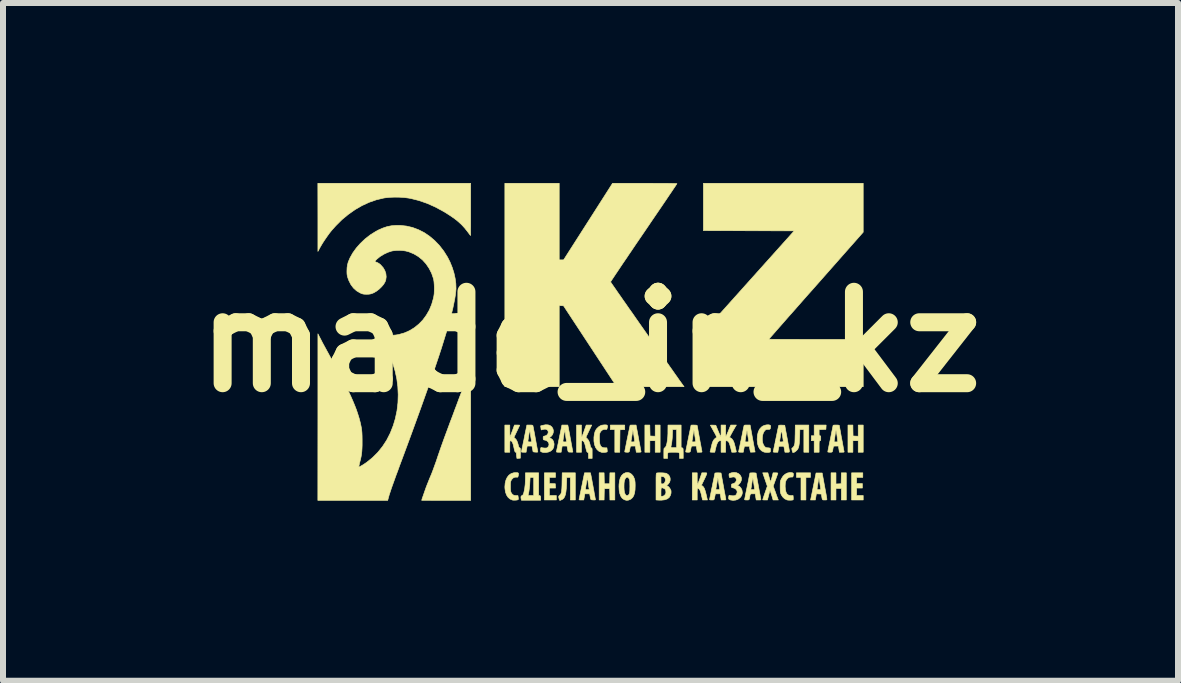
<source format=kicad_pcb>
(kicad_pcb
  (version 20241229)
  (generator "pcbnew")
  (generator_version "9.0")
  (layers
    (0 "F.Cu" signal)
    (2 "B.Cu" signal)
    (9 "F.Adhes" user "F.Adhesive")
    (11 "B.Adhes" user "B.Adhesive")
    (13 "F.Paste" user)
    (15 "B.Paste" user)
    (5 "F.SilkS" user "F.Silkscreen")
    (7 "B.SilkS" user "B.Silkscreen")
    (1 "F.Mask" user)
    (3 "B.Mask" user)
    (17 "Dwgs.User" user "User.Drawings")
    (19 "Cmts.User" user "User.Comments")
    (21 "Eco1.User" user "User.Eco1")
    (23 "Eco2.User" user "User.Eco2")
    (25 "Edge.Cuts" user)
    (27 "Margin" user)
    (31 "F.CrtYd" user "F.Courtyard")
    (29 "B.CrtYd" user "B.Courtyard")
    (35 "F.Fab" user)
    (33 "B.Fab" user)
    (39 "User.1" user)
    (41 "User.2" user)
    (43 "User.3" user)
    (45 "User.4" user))
  (footprint "made_in_kz"
    (layer "F.Cu")
    (at 6.793 2.648)
    (property "Reference" "made_in_kz" (at 0 0 0) (layer "F.SilkS") (effects (font (size 1.524 1.524) (thickness 0.3))))
    (attr through_hole)
    (fp_poly (pts (xy 3.666 2.259) (xy 3.59 2.259) (xy 3.59 2.636) (xy 3.508 2.636) (xy 3.508 2.259) (xy 3.432 2.259) (xy 3.432 2.183) (xy 3.666 2.183) (xy 3.666 2.259)) (stroke (width 0.01) (type solid)) (fill yes) (layer "F.SilkS"))
    (fp_poly (pts (xy 0.57 1.462) (xy 0.53 1.464) (xy 0.491 1.466) (xy 0.489 1.653) (xy 0.487 1.84) (xy 0.405 1.84) (xy 0.405 1.462) (xy 0.33 1.462) (xy 0.33 1.387) (xy 0.57 1.387) (xy 0.57 1.462)) (stroke (width 0.01) (type solid)) (fill yes) (layer "F.SilkS"))
    (fp_poly (pts (xy 4.538 2.259) (xy 4.435 2.259) (xy 4.435 2.362) (xy 4.531 2.362) (xy 4.531 2.437) (xy 4.435 2.437) (xy 4.435 2.561) (xy 4.545 2.561) (xy 4.545 2.636) (xy 4.352 2.636) (xy 4.352 2.183) (xy 4.538 2.183) (xy 4.538 2.259)) (stroke (width 0.01) (type solid)) (fill yes) (layer "F.SilkS"))
    (fp_poly (pts (xy -0.584 2.259) (xy -0.686 2.259) (xy -0.686 2.361) (xy -0.637 2.363) (xy -0.587 2.365) (xy -0.583 2.437) (xy -0.686 2.437) (xy -0.686 2.561) (xy -0.57 2.561) (xy -0.57 2.636) (xy -0.769 2.636) (xy -0.769 2.183) (xy -0.584 2.183) (xy -0.584 2.259)) (stroke (width 0.01) (type solid)) (fill yes) (layer "F.SilkS"))
    (fp_poly (pts (xy 0.228 2.274) (xy 0.23 2.365) (xy 0.319 2.365) (xy 0.321 2.274) (xy 0.323 2.183) (xy 0.405 2.183) (xy 0.405 2.636) (xy 0.323 2.636) (xy 0.319 2.447) (xy 0.23 2.447) (xy 0.226 2.636) (xy 0.144 2.636) (xy 0.144 2.183) (xy 0.226 2.183) (xy 0.228 2.274)) (stroke (width 0.01) (type solid)) (fill yes) (layer "F.SilkS"))
    (fp_poly (pts (xy 0.99 1.478) (xy 0.992 1.569) (xy 1.035 1.571) (xy 1.078 1.573) (xy 1.078 1.387) (xy 1.16 1.387) (xy 1.16 1.84) (xy 1.078 1.84) (xy 1.078 1.648) (xy 0.989 1.648) (xy 0.989 1.84) (xy 0.906 1.84) (xy 0.906 1.387) (xy 0.988 1.387) (xy 0.99 1.478)) (stroke (width 0.01) (type solid)) (fill yes) (layer "F.SilkS"))
    (fp_poly (pts (xy 4.091 2.369) (xy 4.134 2.367) (xy 4.177 2.365) (xy 4.179 2.274) (xy 4.181 2.183) (xy 4.263 2.183) (xy 4.263 2.636) (xy 4.181 2.636) (xy 4.181 2.444) (xy 4.091 2.444) (xy 4.091 2.636) (xy 4.009 2.636) (xy 4.009 2.183) (xy 4.091 2.183) (xy 4.091 2.369)) (stroke (width 0.01) (type solid)) (fill yes) (layer "F.SilkS"))
    (fp_poly (pts (xy 4.374 1.478) (xy 4.376 1.569) (xy 4.419 1.571) (xy 4.462 1.573) (xy 4.462 1.387) (xy 4.545 1.387) (xy 4.545 1.84) (xy 4.462 1.84) (xy 4.462 1.648) (xy 4.373 1.648) (xy 4.373 1.84) (xy 4.291 1.84) (xy 4.291 1.387) (xy 4.373 1.387) (xy 4.374 1.478)) (stroke (width 0.01) (type solid)) (fill yes) (layer "F.SilkS"))
    (fp_poly (pts (xy -0.254 2.636) (xy -0.336 2.636) (xy -0.336 2.259) (xy -0.396 2.259) (xy -0.4 2.377) (xy -0.404 2.444) (xy -0.41 2.5) (xy -0.418 2.544) (xy -0.43 2.578) (xy -0.445 2.604) (xy -0.464 2.622) (xy -0.485 2.633) (xy -0.503 2.641) (xy -0.512 2.642) (xy -0.517 2.639) (xy -0.518 2.634) (xy -0.527 2.605) (xy -0.531 2.586) (xy -0.529 2.573) (xy -0.522 2.563) (xy -0.517 2.558) (xy -0.506 2.548) (xy -0.497 2.537) (xy -0.49 2.522) (xy -0.484 2.502) (xy -0.481 2.475) (xy -0.478 2.441) (xy -0.476 2.395) (xy -0.475 2.339) (xy -0.472 2.183) (xy -0.254 2.183) (xy -0.254 2.636)) (stroke (width 0.01) (type solid)) (fill yes) (layer "F.SilkS"))
    (fp_poly (pts (xy 3.925 1.423) (xy 3.923 1.459) (xy 3.81 1.463) (xy 3.81 1.514) (xy 3.81 1.54) (xy 3.812 1.556) (xy 3.815 1.563) (xy 3.821 1.565) (xy 3.824 1.565) (xy 3.831 1.567) (xy 3.836 1.573) (xy 3.837 1.588) (xy 3.837 1.606) (xy 3.837 1.629) (xy 3.835 1.642) (xy 3.83 1.647) (xy 3.824 1.648) (xy 3.818 1.648) (xy 3.815 1.652) (xy 3.812 1.66) (xy 3.811 1.676) (xy 3.81 1.701) (xy 3.81 1.737) (xy 3.81 1.744) (xy 3.81 1.84) (xy 3.728 1.84) (xy 3.728 1.648) (xy 3.68 1.648) (xy 3.68 1.565) (xy 3.728 1.565) (xy 3.728 1.387) (xy 3.927 1.387) (xy 3.925 1.423)) (stroke (width 0.01) (type solid)) (fill yes) (layer "F.SilkS"))
    (fp_poly (pts (xy -0.865 2.559) (xy -0.848 2.563) (xy -0.838 2.567) (xy -0.833 2.575) (xy -0.831 2.59) (xy -0.831 2.604) (xy -0.831 2.64) (xy -1.152 2.64) (xy -1.156 2.62) (xy -1.16 2.593) (xy -1.158 2.575) (xy -1.15 2.566) (xy -1.143 2.563) (xy -1.137 2.561) (xy -1.041 2.561) (xy -0.947 2.561) (xy -0.947 2.259) (xy -1.007 2.259) (xy -1.012 2.349) (xy -1.014 2.391) (xy -1.019 2.433) (xy -1.024 2.473) (xy -1.028 2.501) (xy -1.041 2.561) (xy -1.137 2.561) (xy -1.133 2.559) (xy -1.125 2.548) (xy -1.117 2.53) (xy -1.112 2.514) (xy -1.098 2.45) (xy -1.089 2.374) (xy -1.085 2.287) (xy -1.085 2.267) (xy -1.085 2.183) (xy -0.865 2.183) (xy -0.865 2.559)) (stroke (width 0.01) (type solid)) (fill yes) (layer "F.SilkS"))
    (fp_poly (pts (xy 3.638 1.84) (xy 3.556 1.84) (xy 3.556 1.462) (xy 3.489 1.462) (xy 3.486 1.581) (xy 3.483 1.64) (xy 3.48 1.687) (xy 3.475 1.724) (xy 3.469 1.753) (xy 3.46 1.776) (xy 3.451 1.793) (xy 3.434 1.812) (xy 3.415 1.828) (xy 3.396 1.84) (xy 3.38 1.845) (xy 3.369 1.842) (xy 3.367 1.839) (xy 3.364 1.826) (xy 3.359 1.807) (xy 3.358 1.801) (xy 3.355 1.782) (xy 3.356 1.773) (xy 3.363 1.768) (xy 3.365 1.767) (xy 3.376 1.759) (xy 3.388 1.742) (xy 3.394 1.731) (xy 3.398 1.719) (xy 3.402 1.707) (xy 3.405 1.692) (xy 3.407 1.672) (xy 3.408 1.645) (xy 3.409 1.61) (xy 3.41 1.563) (xy 3.411 1.543) (xy 3.413 1.387) (xy 3.638 1.387) (xy 3.638 1.84)) (stroke (width 0.01) (type solid)) (fill yes) (layer "F.SilkS"))
    (fp_poly (pts (xy 4.545 -1.828) (xy 3.759 -0.938) (xy 3.675 -0.843) (xy 3.593 -0.751) (xy 3.515 -0.662) (xy 3.44 -0.577) (xy 3.369 -0.496) (xy 3.302 -0.421) (xy 3.24 -0.35) (xy 3.184 -0.286) (xy 3.133 -0.228) (xy 3.088 -0.177) (xy 3.05 -0.133) (xy 3.019 -0.098) (xy 2.995 -0.071) (xy 2.98 -0.053) (xy 2.973 -0.045) (xy 2.972 -0.044) (xy 2.979 -0.044) (xy 2.999 -0.044) (xy 3.03 -0.043) (xy 3.073 -0.043) (xy 3.126 -0.043) (xy 3.189 -0.042) (xy 3.26 -0.042) (xy 3.339 -0.042) (xy 3.424 -0.042) (xy 3.516 -0.041) (xy 3.613 -0.041) (xy 3.714 -0.041) (xy 3.759 -0.041) (xy 4.545 -0.041) (xy 4.545 0.748) (xy 1.778 0.748) (xy 1.778 -0.046) (xy 3.395 -1.85) (xy 2.638 -1.852) (xy 1.881 -1.854) (xy 1.881 -2.643) (xy 4.545 -2.643) (xy 4.545 -1.828)) (stroke (width 0.01) (type solid)) (fill yes) (layer "F.SilkS"))
    (fp_poly (pts (xy 0.256 1.384) (xy 0.273 1.387) (xy 0.281 1.395) (xy 0.283 1.409) (xy 0.28 1.427) (xy 0.275 1.448) (xy 0.271 1.458) (xy 0.263 1.46) (xy 0.25 1.458) (xy 0.221 1.459) (xy 0.193 1.472) (xy 0.169 1.495) (xy 0.163 1.506) (xy 0.156 1.52) (xy 0.152 1.536) (xy 0.149 1.555) (xy 0.148 1.582) (xy 0.148 1.613) (xy 0.15 1.665) (xy 0.156 1.705) (xy 0.168 1.734) (xy 0.186 1.753) (xy 0.21 1.764) (xy 0.24 1.766) (xy 0.273 1.766) (xy 0.277 1.797) (xy 0.279 1.817) (xy 0.278 1.831) (xy 0.276 1.834) (xy 0.265 1.838) (xy 0.245 1.841) (xy 0.221 1.843) (xy 0.198 1.843) (xy 0.181 1.84) (xy 0.141 1.824) (xy 0.109 1.796) (xy 0.083 1.758) (xy 0.066 1.711) (xy 0.057 1.655) (xy 0.057 1.593) (xy 0.057 1.59) (xy 0.064 1.538) (xy 0.075 1.496) (xy 0.093 1.461) (xy 0.108 1.442) (xy 0.143 1.41) (xy 0.182 1.39) (xy 0.227 1.384) (xy 0.256 1.384)) (stroke (width 0.01) (type solid)) (fill yes) (layer "F.SilkS"))
    (fp_poly (pts (xy 1.929 2.183) (xy 1.936 2.186) (xy 1.938 2.193) (xy 1.935 2.206) (xy 1.927 2.226) (xy 1.914 2.255) (xy 1.895 2.295) (xy 1.892 2.301) (xy 1.848 2.392) (xy 1.867 2.403) (xy 1.882 2.418) (xy 1.896 2.441) (xy 1.909 2.476) (xy 1.922 2.522) (xy 1.931 2.559) (xy 1.948 2.636) (xy 1.868 2.636) (xy 1.861 2.61) (xy 1.857 2.591) (xy 1.85 2.563) (xy 1.844 2.534) (xy 1.843 2.532) (xy 1.832 2.492) (xy 1.819 2.464) (xy 1.803 2.447) (xy 1.791 2.444) (xy 1.786 2.445) (xy 1.782 2.449) (xy 1.78 2.458) (xy 1.779 2.474) (xy 1.778 2.499) (xy 1.778 2.537) (xy 1.778 2.636) (xy 1.696 2.636) (xy 1.696 2.183) (xy 1.778 2.183) (xy 1.778 2.283) (xy 1.778 2.318) (xy 1.779 2.347) (xy 1.781 2.368) (xy 1.783 2.379) (xy 1.783 2.38) (xy 1.788 2.372) (xy 1.795 2.354) (xy 1.805 2.328) (xy 1.817 2.296) (xy 1.823 2.28) (xy 1.856 2.183) (xy 1.9 2.183) (xy 1.917 2.183) (xy 1.929 2.183)) (stroke (width 0.01) (type solid)) (fill yes) (layer "F.SilkS"))
    (fp_poly (pts (xy 2.972 1.383) (xy 2.983 1.386) (xy 2.997 1.392) (xy 3.002 1.403) (xy 3.002 1.411) (xy 2.999 1.437) (xy 2.994 1.451) (xy 2.984 1.458) (xy 2.967 1.459) (xy 2.958 1.459) (xy 2.936 1.46) (xy 2.922 1.464) (xy 2.909 1.476) (xy 2.9 1.485) (xy 2.881 1.516) (xy 2.869 1.555) (xy 2.863 1.598) (xy 2.863 1.642) (xy 2.87 1.683) (xy 2.884 1.72) (xy 2.904 1.747) (xy 2.92 1.76) (xy 2.938 1.765) (xy 2.957 1.766) (xy 2.977 1.768) (xy 2.991 1.772) (xy 2.995 1.774) (xy 2.998 1.786) (xy 3 1.804) (xy 2.999 1.821) (xy 2.996 1.834) (xy 2.994 1.836) (xy 2.978 1.841) (xy 2.954 1.843) (xy 2.926 1.842) (xy 2.9 1.839) (xy 2.889 1.836) (xy 2.852 1.817) (xy 2.822 1.787) (xy 2.799 1.747) (xy 2.784 1.697) (xy 2.778 1.638) (xy 2.778 1.62) (xy 2.782 1.555) (xy 2.796 1.5) (xy 2.818 1.455) (xy 2.849 1.42) (xy 2.873 1.403) (xy 2.905 1.39) (xy 2.94 1.383) (xy 2.972 1.383)) (stroke (width 0.01) (type solid)) (fill yes) (layer "F.SilkS"))
    (fp_poly (pts (xy 2.976 2.253) (xy 2.984 2.283) (xy 2.992 2.307) (xy 2.998 2.324) (xy 3 2.329) (xy 3.004 2.325) (xy 3.009 2.311) (xy 3.016 2.287) (xy 3.024 2.259) (xy 3.043 2.183) (xy 3.084 2.183) (xy 3.108 2.184) (xy 3.12 2.187) (xy 3.122 2.192) (xy 3.119 2.201) (xy 3.112 2.22) (xy 3.102 2.248) (xy 3.09 2.282) (xy 3.082 2.303) (xy 3.045 2.405) (xy 3.07 2.474) (xy 3.083 2.509) (xy 3.096 2.546) (xy 3.107 2.577) (xy 3.112 2.59) (xy 3.13 2.636) (xy 3.043 2.636) (xy 3.02 2.557) (xy 3.01 2.527) (xy 3.002 2.502) (xy 2.996 2.485) (xy 2.993 2.478) (xy 2.993 2.478) (xy 2.99 2.484) (xy 2.984 2.501) (xy 2.977 2.527) (xy 2.969 2.557) (xy 2.949 2.636) (xy 2.909 2.636) (xy 2.888 2.635) (xy 2.874 2.634) (xy 2.87 2.632) (xy 2.872 2.624) (xy 2.878 2.606) (xy 2.887 2.579) (xy 2.898 2.545) (xy 2.908 2.517) (xy 2.947 2.406) (xy 2.87 2.183) (xy 2.956 2.183) (xy 2.976 2.253)) (stroke (width 0.01) (type solid)) (fill yes) (layer "F.SilkS"))
    (fp_poly (pts (xy -1.227 2.18) (xy -1.21 2.183) (xy -1.201 2.191) (xy -1.2 2.205) (xy -1.203 2.224) (xy -1.208 2.244) (xy -1.212 2.254) (xy -1.22 2.256) (xy -1.233 2.255) (xy -1.262 2.256) (xy -1.29 2.269) (xy -1.313 2.293) (xy -1.319 2.302) (xy -1.326 2.316) (xy -1.331 2.33) (xy -1.334 2.347) (xy -1.335 2.371) (xy -1.335 2.405) (xy -1.335 2.41) (xy -1.335 2.447) (xy -1.333 2.475) (xy -1.33 2.495) (xy -1.324 2.51) (xy -1.323 2.514) (xy -1.303 2.542) (xy -1.277 2.558) (xy -1.243 2.563) (xy -1.241 2.563) (xy -1.21 2.562) (xy -1.205 2.593) (xy -1.203 2.613) (xy -1.205 2.627) (xy -1.206 2.63) (xy -1.217 2.634) (xy -1.238 2.638) (xy -1.262 2.639) (xy -1.286 2.639) (xy -1.302 2.637) (xy -1.341 2.62) (xy -1.374 2.592) (xy -1.399 2.554) (xy -1.417 2.506) (xy -1.426 2.45) (xy -1.428 2.418) (xy -1.423 2.357) (xy -1.41 2.304) (xy -1.389 2.259) (xy -1.361 2.223) (xy -1.325 2.197) (xy -1.284 2.183) (xy -1.256 2.18) (xy -1.227 2.18)) (stroke (width 0.01) (type solid)) (fill yes) (layer "F.SilkS"))
    (fp_poly (pts (xy -1.998 -2.206) (xy -1.998 -2.13) (xy -1.998 -2.058) (xy -1.998 -1.992) (xy -1.998 -1.932) (xy -1.999 -1.88) (xy -1.999 -1.837) (xy -1.999 -1.804) (xy -2 -1.782) (xy -2 -1.772) (xy -2 -1.772) (xy -2.005 -1.778) (xy -2.017 -1.793) (xy -2.033 -1.815) (xy -2.053 -1.841) (xy -2.054 -1.843) (xy -2.101 -1.901) (xy -2.152 -1.956) (xy -2.208 -2.007) (xy -2.271 -2.057) (xy -2.344 -2.107) (xy -2.427 -2.16) (xy -2.453 -2.175) (xy -2.588 -2.248) (xy -2.723 -2.308) (xy -2.858 -2.355) (xy -2.992 -2.389) (xy -3.031 -2.396) (xy -3.104 -2.406) (xy -3.184 -2.411) (xy -3.267 -2.412) (xy -3.347 -2.409) (xy -3.421 -2.401) (xy -3.447 -2.397) (xy -3.569 -2.368) (xy -3.69 -2.326) (xy -3.809 -2.271) (xy -3.925 -2.204) (xy -4.037 -2.125) (xy -4.145 -2.036) (xy -4.246 -1.935) (xy -4.313 -1.86) (xy -4.35 -1.814) (xy -4.389 -1.76) (xy -4.429 -1.702) (xy -4.467 -1.644) (xy -4.499 -1.59) (xy -4.513 -1.565) (xy -4.544 -1.507) (xy -4.544 -2.075) (xy -4.545 -2.643) (xy -1.998 -2.643) (xy -1.998 -2.206)) (stroke (width 0.01) (type solid)) (fill yes) (layer "F.SilkS"))
    (fp_poly (pts (xy -1.998 2.643) (xy -2.406 2.643) (xy -2.48 2.643) (xy -2.549 2.643) (xy -2.613 2.643) (xy -2.67 2.642) (xy -2.719 2.642) (xy -2.76 2.642) (xy -2.79 2.642) (xy -2.808 2.641) (xy -2.815 2.641) (xy -2.812 2.633) (xy -2.807 2.615) (xy -2.798 2.589) (xy -2.787 2.558) (xy -2.775 2.523) (xy -2.763 2.488) (xy -2.751 2.455) (xy -2.741 2.426) (xy -2.737 2.416) (xy -2.726 2.387) (xy -2.711 2.35) (xy -2.694 2.307) (xy -2.676 2.263) (xy -2.665 2.237) (xy -2.649 2.199) (xy -2.63 2.15) (xy -2.61 2.095) (xy -2.589 2.037) (xy -2.568 1.979) (xy -2.555 1.939) (xy -2.537 1.885) (xy -2.518 1.831) (xy -2.499 1.775) (xy -2.478 1.716) (xy -2.455 1.652) (xy -2.43 1.583) (xy -2.402 1.508) (xy -2.371 1.424) (xy -2.337 1.332) (xy -2.298 1.23) (xy -2.256 1.116) (xy -2.242 1.08) (xy -2.216 1.01) (xy -2.189 0.937) (xy -2.161 0.864) (xy -2.135 0.793) (xy -2.11 0.726) (xy -2.088 0.666) (xy -2.07 0.615) (xy -2.063 0.596) (xy -1.998 0.415) (xy -1.998 2.643)) (stroke (width 0.01) (type solid)) (fill yes) (layer "F.SilkS"))
    (fp_poly (pts (xy 3.349 2.18) (xy 3.37 2.184) (xy 3.38 2.193) (xy 3.382 2.208) (xy 3.379 2.228) (xy 3.375 2.245) (xy 3.368 2.253) (xy 3.354 2.254) (xy 3.346 2.253) (xy 3.313 2.257) (xy 3.286 2.274) (xy 3.264 2.302) (xy 3.259 2.312) (xy 3.251 2.332) (xy 3.247 2.354) (xy 3.245 2.382) (xy 3.244 2.41) (xy 3.248 2.463) (xy 3.258 2.505) (xy 3.274 2.535) (xy 3.298 2.554) (xy 3.329 2.562) (xy 3.344 2.563) (xy 3.376 2.561) (xy 3.379 2.596) (xy 3.379 2.616) (xy 3.378 2.63) (xy 3.377 2.633) (xy 3.363 2.637) (xy 3.341 2.639) (xy 3.315 2.639) (xy 3.291 2.638) (xy 3.273 2.634) (xy 3.234 2.615) (xy 3.202 2.584) (xy 3.179 2.548) (xy 3.172 2.531) (xy 3.167 2.516) (xy 3.164 2.499) (xy 3.162 2.477) (xy 3.161 2.447) (xy 3.161 2.416) (xy 3.161 2.379) (xy 3.162 2.351) (xy 3.164 2.332) (xy 3.167 2.315) (xy 3.173 2.3) (xy 3.182 2.282) (xy 3.184 2.278) (xy 3.21 2.237) (xy 3.244 2.206) (xy 3.282 2.186) (xy 3.324 2.178) (xy 3.349 2.18)) (stroke (width 0.01) (type solid)) (fill yes) (layer "F.SilkS"))
    (fp_poly (pts (xy 3.9 2.399) (xy 3.91 2.452) (xy 3.919 2.501) (xy 3.927 2.544) (xy 3.933 2.579) (xy 3.937 2.606) (xy 3.94 2.621) (xy 3.94 2.624) (xy 3.938 2.631) (xy 3.929 2.635) (xy 3.911 2.636) (xy 3.903 2.636) (xy 3.884 2.636) (xy 3.873 2.634) (xy 3.865 2.628) (xy 3.86 2.614) (xy 3.856 2.592) (xy 3.853 2.571) (xy 3.847 2.537) (xy 3.806 2.535) (xy 3.764 2.533) (xy 3.756 2.584) (xy 3.747 2.636) (xy 3.668 2.636) (xy 3.704 2.459) (xy 3.776 2.459) (xy 3.782 2.462) (xy 3.797 2.464) (xy 3.807 2.464) (xy 3.825 2.464) (xy 3.836 2.462) (xy 3.837 2.461) (xy 3.836 2.452) (xy 3.834 2.433) (xy 3.83 2.406) (xy 3.825 2.376) (xy 3.821 2.345) (xy 3.816 2.315) (xy 3.812 2.29) (xy 3.809 2.273) (xy 3.808 2.268) (xy 3.806 2.273) (xy 3.803 2.289) (xy 3.798 2.314) (xy 3.793 2.343) (xy 3.788 2.374) (xy 3.783 2.404) (xy 3.779 2.43) (xy 3.777 2.449) (xy 3.776 2.459) (xy 3.704 2.459) (xy 3.714 2.411) (xy 3.759 2.186) (xy 3.861 2.186) (xy 3.9 2.399)) (stroke (width 0.01) (type solid)) (fill yes) (layer "F.SilkS"))
    (fp_poly (pts (xy -0.151 1.487) (xy -0.151 1.522) (xy -0.15 1.551) (xy -0.148 1.572) (xy -0.146 1.582) (xy -0.145 1.583) (xy -0.141 1.575) (xy -0.133 1.557) (xy -0.123 1.531) (xy -0.111 1.499) (xy -0.106 1.483) (xy -0.072 1.387) (xy 0.02 1.387) (xy -0.077 1.591) (xy -0.053 1.616) (xy -0.034 1.64) (xy -0.019 1.673) (xy -0.007 1.715) (xy -0.003 1.738) (xy 0.004 1.759) (xy 0.014 1.768) (xy 0.02 1.771) (xy 0.024 1.777) (xy 0.026 1.788) (xy 0.027 1.808) (xy 0.027 1.837) (xy 0.027 1.857) (xy 0.027 1.943) (xy -0.034 1.943) (xy -0.034 1.894) (xy -0.035 1.868) (xy -0.037 1.853) (xy -0.041 1.845) (xy -0.048 1.842) (xy -0.048 1.842) (xy -0.054 1.839) (xy -0.059 1.834) (xy -0.064 1.824) (xy -0.069 1.806) (xy -0.076 1.78) (xy -0.084 1.743) (xy -0.086 1.736) (xy -0.097 1.696) (xy -0.11 1.667) (xy -0.126 1.651) (xy -0.138 1.648) (xy -0.143 1.648) (xy -0.147 1.652) (xy -0.149 1.661) (xy -0.15 1.678) (xy -0.151 1.703) (xy -0.151 1.74) (xy -0.151 1.84) (xy -0.233 1.84) (xy -0.233 1.387) (xy -0.151 1.387) (xy -0.151 1.487)) (stroke (width 0.01) (type solid)) (fill yes) (layer "F.SilkS"))
    (fp_poly (pts (xy 1.51 1.763) (xy 1.527 1.767) (xy 1.535 1.769) (xy 1.539 1.773) (xy 1.542 1.781) (xy 1.544 1.795) (xy 1.544 1.818) (xy 1.545 1.852) (xy 1.545 1.857) (xy 1.545 1.943) (xy 1.483 1.943) (xy 1.483 1.902) (xy 1.483 1.878) (xy 1.481 1.861) (xy 1.476 1.85) (xy 1.465 1.844) (xy 1.447 1.841) (xy 1.418 1.84) (xy 1.383 1.84) (xy 1.345 1.84) (xy 1.317 1.841) (xy 1.3 1.844) (xy 1.29 1.852) (xy 1.285 1.864) (xy 1.284 1.883) (xy 1.284 1.907) (xy 1.284 1.943) (xy 1.222 1.943) (xy 1.222 1.858) (xy 1.222 1.823) (xy 1.223 1.799) (xy 1.224 1.783) (xy 1.227 1.774) (xy 1.232 1.769) (xy 1.238 1.766) (xy 1.251 1.753) (xy 1.252 1.751) (xy 1.34 1.751) (xy 1.344 1.76) (xy 1.356 1.764) (xy 1.377 1.764) (xy 1.387 1.764) (xy 1.435 1.764) (xy 1.435 1.462) (xy 1.368 1.462) (xy 1.364 1.563) (xy 1.362 1.603) (xy 1.358 1.642) (xy 1.354 1.676) (xy 1.35 1.701) (xy 1.349 1.706) (xy 1.343 1.734) (xy 1.34 1.751) (xy 1.252 1.751) (xy 1.263 1.728) (xy 1.273 1.691) (xy 1.281 1.645) (xy 1.287 1.589) (xy 1.29 1.527) (xy 1.29 1.485) (xy 1.291 1.387) (xy 1.51 1.387) (xy 1.51 1.763)) (stroke (width 0.01) (type solid)) (fill yes) (layer "F.SilkS"))
    (fp_poly (pts (xy -1.345 1.488) (xy -1.345 1.525) (xy -1.344 1.554) (xy -1.342 1.573) (xy -1.34 1.58) (xy -1.339 1.579) (xy -1.335 1.569) (xy -1.327 1.549) (xy -1.317 1.521) (xy -1.305 1.488) (xy -1.301 1.478) (xy -1.268 1.387) (xy -1.225 1.387) (xy -1.202 1.387) (xy -1.186 1.388) (xy -1.181 1.389) (xy -1.184 1.396) (xy -1.191 1.413) (xy -1.203 1.438) (xy -1.218 1.47) (xy -1.229 1.493) (xy -1.277 1.593) (xy -1.253 1.614) (xy -1.236 1.634) (xy -1.222 1.663) (xy -1.209 1.702) (xy -1.198 1.745) (xy -1.191 1.76) (xy -1.181 1.768) (xy -1.175 1.77) (xy -1.171 1.776) (xy -1.169 1.786) (xy -1.168 1.803) (xy -1.168 1.831) (xy -1.169 1.856) (xy -1.17 1.939) (xy -1.227 1.943) (xy -1.231 1.911) (xy -1.234 1.887) (xy -1.236 1.865) (xy -1.236 1.859) (xy -1.239 1.844) (xy -1.246 1.84) (xy -1.253 1.838) (xy -1.259 1.831) (xy -1.264 1.817) (xy -1.27 1.794) (xy -1.278 1.759) (xy -1.28 1.749) (xy -1.291 1.704) (xy -1.304 1.672) (xy -1.318 1.653) (xy -1.332 1.648) (xy -1.337 1.648) (xy -1.341 1.652) (xy -1.343 1.66) (xy -1.345 1.676) (xy -1.345 1.7) (xy -1.346 1.736) (xy -1.346 1.744) (xy -1.346 1.84) (xy -1.428 1.84) (xy -1.428 1.387) (xy -1.346 1.387) (xy -1.345 1.488)) (stroke (width 0.01) (type solid)) (fill yes) (layer "F.SilkS"))
    (fp_poly (pts (xy 0.006 2.219) (xy 0.01 2.237) (xy 0.015 2.265) (xy 0.022 2.3) (xy 0.029 2.341) (xy 0.038 2.386) (xy 0.046 2.432) (xy 0.055 2.478) (xy 0.062 2.521) (xy 0.07 2.56) (xy 0.075 2.593) (xy 0.08 2.617) (xy 0.082 2.631) (xy 0.082 2.633) (xy 0.076 2.635) (xy 0.06 2.635) (xy 0.043 2.635) (xy 0.026 2.634) (xy 0.014 2.632) (xy 0.006 2.627) (xy 0.001 2.616) (xy -0.003 2.597) (xy -0.008 2.567) (xy -0.01 2.559) (xy -0.014 2.533) (xy -0.095 2.533) (xy -0.104 2.585) (xy -0.113 2.636) (xy -0.153 2.636) (xy -0.176 2.636) (xy -0.188 2.633) (xy -0.191 2.629) (xy -0.191 2.624) (xy -0.189 2.615) (xy -0.184 2.593) (xy -0.178 2.562) (xy -0.17 2.523) (xy -0.16 2.476) (xy -0.158 2.464) (xy -0.086 2.464) (xy -0.053 2.464) (xy -0.033 2.464) (xy -0.024 2.461) (xy -0.023 2.455) (xy -0.023 2.452) (xy -0.025 2.441) (xy -0.029 2.42) (xy -0.033 2.39) (xy -0.038 2.356) (xy -0.039 2.351) (xy -0.043 2.317) (xy -0.047 2.294) (xy -0.051 2.281) (xy -0.054 2.281) (xy -0.058 2.293) (xy -0.063 2.317) (xy -0.069 2.354) (xy -0.074 2.384) (xy -0.086 2.464) (xy -0.158 2.464) (xy -0.15 2.425) (xy -0.144 2.398) (xy -0.1 2.183) (xy -0.001 2.183) (xy 0.006 2.219)) (stroke (width 0.01) (type solid)) (fill yes) (layer "F.SilkS"))
    (fp_poly (pts (xy 0.654 2.186) (xy 0.685 2.207) (xy 0.711 2.238) (xy 0.729 2.276) (xy 0.736 2.297) (xy 0.74 2.319) (xy 0.743 2.346) (xy 0.744 2.381) (xy 0.744 2.403) (xy 0.742 2.467) (xy 0.734 2.519) (xy 0.721 2.561) (xy 0.702 2.594) (xy 0.676 2.618) (xy 0.659 2.628) (xy 0.626 2.64) (xy 0.595 2.641) (xy 0.563 2.631) (xy 0.557 2.628) (xy 0.527 2.606) (xy 0.504 2.572) (xy 0.487 2.526) (xy 0.477 2.471) (xy 0.474 2.405) (xy 0.475 2.394) (xy 0.558 2.394) (xy 0.558 2.432) (xy 0.56 2.468) (xy 0.564 2.5) (xy 0.569 2.522) (xy 0.57 2.523) (xy 0.584 2.55) (xy 0.6 2.563) (xy 0.616 2.564) (xy 0.633 2.552) (xy 0.642 2.54) (xy 0.647 2.529) (xy 0.651 2.517) (xy 0.653 2.502) (xy 0.655 2.48) (xy 0.655 2.449) (xy 0.656 2.41) (xy 0.655 2.368) (xy 0.655 2.338) (xy 0.653 2.316) (xy 0.651 2.301) (xy 0.647 2.289) (xy 0.641 2.279) (xy 0.626 2.26) (xy 0.61 2.255) (xy 0.594 2.261) (xy 0.579 2.279) (xy 0.568 2.307) (xy 0.562 2.331) (xy 0.559 2.359) (xy 0.558 2.394) (xy 0.475 2.394) (xy 0.475 2.381) (xy 0.482 2.319) (xy 0.496 2.267) (xy 0.519 2.227) (xy 0.548 2.199) (xy 0.583 2.182) (xy 0.62 2.178) (xy 0.654 2.186)) (stroke (width 0.01) (type solid)) (fill yes) (layer "F.SilkS"))
    (fp_poly (pts (xy 2.66 1.387) (xy 2.701 1.612) (xy 2.743 1.836) (xy 2.706 1.838) (xy 2.685 1.839) (xy 2.67 1.839) (xy 2.666 1.838) (xy 2.664 1.83) (xy 2.66 1.813) (xy 2.655 1.789) (xy 2.655 1.788) (xy 2.646 1.74) (xy 2.565 1.74) (xy 2.56 1.764) (xy 2.555 1.789) (xy 2.551 1.814) (xy 2.551 1.814) (xy 2.546 1.84) (xy 2.506 1.84) (xy 2.482 1.839) (xy 2.47 1.836) (xy 2.468 1.831) (xy 2.47 1.823) (xy 2.474 1.802) (xy 2.481 1.772) (xy 2.489 1.733) (xy 2.498 1.688) (xy 2.503 1.663) (xy 2.575 1.663) (xy 2.581 1.666) (xy 2.596 1.668) (xy 2.605 1.668) (xy 2.624 1.667) (xy 2.635 1.663) (xy 2.636 1.661) (xy 2.635 1.651) (xy 2.633 1.631) (xy 2.629 1.604) (xy 2.624 1.574) (xy 2.62 1.543) (xy 2.616 1.516) (xy 2.612 1.495) (xy 2.611 1.49) (xy 2.609 1.482) (xy 2.607 1.483) (xy 2.603 1.494) (xy 2.599 1.515) (xy 2.593 1.548) (xy 2.591 1.562) (xy 2.585 1.597) (xy 2.58 1.627) (xy 2.577 1.649) (xy 2.575 1.662) (xy 2.575 1.663) (xy 2.503 1.663) (xy 2.509 1.638) (xy 2.512 1.62) (xy 2.523 1.569) (xy 2.533 1.521) (xy 2.541 1.479) (xy 2.548 1.444) (xy 2.554 1.419) (xy 2.557 1.404) (xy 2.557 1.402) (xy 2.56 1.394) (xy 2.567 1.389) (xy 2.58 1.387) (xy 2.602 1.387) (xy 2.61 1.387) (xy 2.66 1.387)) (stroke (width 0.01) (type solid)) (fill yes) (layer "F.SilkS"))
    (fp_poly (pts (xy -0.707 1.384) (xy -0.672 1.396) (xy -0.644 1.419) (xy -0.627 1.447) (xy -0.619 1.48) (xy -0.622 1.515) (xy -0.634 1.547) (xy -0.654 1.573) (xy -0.666 1.582) (xy -0.688 1.594) (xy -0.662 1.609) (xy -0.633 1.631) (xy -0.616 1.661) (xy -0.608 1.7) (xy -0.608 1.713) (xy -0.613 1.754) (xy -0.629 1.788) (xy -0.657 1.815) (xy -0.67 1.823) (xy -0.703 1.837) (xy -0.743 1.844) (xy -0.783 1.844) (xy -0.802 1.84) (xy -0.822 1.833) (xy -0.833 1.824) (xy -0.835 1.808) (xy -0.833 1.789) (xy -0.83 1.77) (xy -0.825 1.761) (xy -0.818 1.761) (xy -0.818 1.762) (xy -0.805 1.765) (xy -0.784 1.768) (xy -0.767 1.77) (xy -0.744 1.77) (xy -0.729 1.768) (xy -0.717 1.761) (xy -0.711 1.755) (xy -0.696 1.732) (xy -0.692 1.706) (xy -0.699 1.681) (xy -0.716 1.659) (xy -0.74 1.643) (xy -0.761 1.638) (xy -0.779 1.634) (xy -0.787 1.628) (xy -0.789 1.615) (xy -0.789 1.603) (xy -0.789 1.585) (xy -0.784 1.576) (xy -0.773 1.571) (xy -0.763 1.57) (xy -0.737 1.56) (xy -0.719 1.544) (xy -0.708 1.524) (xy -0.705 1.503) (xy -0.71 1.482) (xy -0.723 1.466) (xy -0.745 1.457) (xy -0.759 1.455) (xy -0.781 1.458) (xy -0.8 1.462) (xy -0.814 1.467) (xy -0.821 1.468) (xy -0.823 1.46) (xy -0.826 1.444) (xy -0.827 1.434) (xy -0.832 1.401) (xy -0.796 1.391) (xy -0.749 1.382) (xy -0.707 1.384)) (stroke (width 0.01) (type solid)) (fill yes) (layer "F.SilkS"))
    (fp_poly (pts (xy -0.371 1.423) (xy -0.367 1.443) (xy -0.362 1.472) (xy -0.355 1.509) (xy -0.347 1.55) (xy -0.339 1.596) (xy -0.33 1.642) (xy -0.322 1.688) (xy -0.314 1.731) (xy -0.307 1.769) (xy -0.301 1.8) (xy -0.297 1.823) (xy -0.295 1.834) (xy -0.295 1.836) (xy -0.301 1.838) (xy -0.317 1.839) (xy -0.334 1.838) (xy -0.352 1.838) (xy -0.364 1.836) (xy -0.371 1.831) (xy -0.376 1.82) (xy -0.381 1.801) (xy -0.386 1.771) (xy -0.387 1.763) (xy -0.392 1.737) (xy -0.473 1.737) (xy -0.481 1.788) (xy -0.49 1.84) (xy -0.531 1.84) (xy -0.553 1.839) (xy -0.565 1.837) (xy -0.569 1.833) (xy -0.568 1.828) (xy -0.566 1.818) (xy -0.562 1.797) (xy -0.555 1.766) (xy -0.547 1.726) (xy -0.537 1.68) (xy -0.533 1.658) (xy -0.46 1.658) (xy -0.456 1.665) (xy -0.443 1.668) (xy -0.429 1.668) (xy -0.409 1.667) (xy -0.401 1.664) (xy -0.4 1.657) (xy -0.401 1.656) (xy -0.403 1.645) (xy -0.406 1.623) (xy -0.411 1.594) (xy -0.415 1.56) (xy -0.416 1.557) (xy -0.42 1.524) (xy -0.425 1.497) (xy -0.428 1.479) (xy -0.43 1.471) (xy -0.43 1.471) (xy -0.432 1.478) (xy -0.435 1.496) (xy -0.44 1.521) (xy -0.444 1.551) (xy -0.449 1.582) (xy -0.454 1.611) (xy -0.457 1.636) (xy -0.46 1.653) (xy -0.46 1.658) (xy -0.533 1.658) (xy -0.527 1.629) (xy -0.521 1.601) (xy -0.477 1.387) (xy -0.379 1.387) (xy -0.371 1.423)) (stroke (width 0.01) (type solid)) (fill yes) (layer "F.SilkS"))
    (fp_poly (pts (xy 3.188 1.388) (xy 3.237 1.39) (xy 3.276 1.6) (xy 3.286 1.652) (xy 3.294 1.701) (xy 3.302 1.744) (xy 3.308 1.779) (xy 3.313 1.806) (xy 3.315 1.822) (xy 3.315 1.824) (xy 3.314 1.833) (xy 3.309 1.838) (xy 3.295 1.84) (xy 3.278 1.84) (xy 3.241 1.84) (xy 3.236 1.814) (xy 3.232 1.789) (xy 3.227 1.765) (xy 3.227 1.764) (xy 3.222 1.74) (xy 3.141 1.74) (xy 3.131 1.79) (xy 3.122 1.84) (xy 3.082 1.84) (xy 3.058 1.839) (xy 3.046 1.836) (xy 3.044 1.831) (xy 3.046 1.823) (xy 3.051 1.802) (xy 3.057 1.772) (xy 3.065 1.733) (xy 3.075 1.688) (xy 3.08 1.661) (xy 3.152 1.661) (xy 3.155 1.666) (xy 3.167 1.668) (xy 3.181 1.668) (xy 3.203 1.666) (xy 3.212 1.661) (xy 3.213 1.66) (xy 3.212 1.648) (xy 3.209 1.627) (xy 3.205 1.6) (xy 3.2 1.569) (xy 3.195 1.538) (xy 3.191 1.51) (xy 3.187 1.488) (xy 3.184 1.474) (xy 3.184 1.472) (xy 3.182 1.477) (xy 3.178 1.494) (xy 3.174 1.518) (xy 3.169 1.549) (xy 3.169 1.549) (xy 3.164 1.583) (xy 3.159 1.613) (xy 3.155 1.637) (xy 3.153 1.649) (xy 3.152 1.661) (xy 3.08 1.661) (xy 3.085 1.638) (xy 3.089 1.617) (xy 3.1 1.565) (xy 3.11 1.517) (xy 3.118 1.475) (xy 3.126 1.44) (xy 3.131 1.415) (xy 3.134 1.401) (xy 3.135 1.398) (xy 3.138 1.392) (xy 3.147 1.389) (xy 3.163 1.388) (xy 3.188 1.388)) (stroke (width 0.01) (type solid)) (fill yes) (layer "F.SilkS"))
    (fp_poly (pts (xy 0.8 1.605) (xy 0.809 1.658) (xy 0.819 1.707) (xy 0.827 1.75) (xy 0.833 1.786) (xy 0.839 1.812) (xy 0.842 1.828) (xy 0.843 1.831) (xy 0.84 1.836) (xy 0.828 1.839) (xy 0.804 1.84) (xy 0.763 1.84) (xy 0.755 1.788) (xy 0.746 1.737) (xy 0.707 1.737) (xy 0.685 1.737) (xy 0.671 1.74) (xy 0.664 1.749) (xy 0.659 1.766) (xy 0.655 1.788) (xy 0.651 1.814) (xy 0.646 1.83) (xy 0.638 1.837) (xy 0.625 1.84) (xy 0.607 1.84) (xy 0.583 1.838) (xy 0.571 1.834) (xy 0.57 1.831) (xy 0.571 1.823) (xy 0.575 1.802) (xy 0.581 1.772) (xy 0.589 1.733) (xy 0.598 1.687) (xy 0.603 1.661) (xy 0.674 1.661) (xy 0.678 1.666) (xy 0.69 1.668) (xy 0.703 1.668) (xy 0.725 1.666) (xy 0.734 1.661) (xy 0.735 1.66) (xy 0.734 1.645) (xy 0.731 1.622) (xy 0.727 1.594) (xy 0.723 1.563) (xy 0.718 1.533) (xy 0.713 1.507) (xy 0.709 1.487) (xy 0.706 1.477) (xy 0.705 1.476) (xy 0.701 1.482) (xy 0.7 1.492) (xy 0.699 1.506) (xy 0.696 1.529) (xy 0.691 1.559) (xy 0.686 1.591) (xy 0.681 1.623) (xy 0.676 1.649) (xy 0.674 1.661) (xy 0.603 1.661) (xy 0.608 1.637) (xy 0.614 1.607) (xy 0.625 1.555) (xy 0.635 1.507) (xy 0.644 1.465) (xy 0.651 1.431) (xy 0.656 1.406) (xy 0.659 1.392) (xy 0.659 1.389) (xy 0.665 1.388) (xy 0.682 1.387) (xy 0.706 1.387) (xy 0.709 1.387) (xy 0.759 1.387) (xy 0.8 1.605)) (stroke (width 0.01) (type solid)) (fill yes) (layer "F.SilkS"))
    (fp_poly (pts (xy -0.986 1.387) (xy -0.971 1.389) (xy -0.963 1.393) (xy -0.959 1.4) (xy -0.959 1.402) (xy -0.957 1.413) (xy -0.952 1.434) (xy -0.947 1.465) (xy -0.939 1.503) (xy -0.931 1.546) (xy -0.923 1.592) (xy -0.914 1.639) (xy -0.906 1.685) (xy -0.898 1.729) (xy -0.891 1.767) (xy -0.885 1.799) (xy -0.881 1.822) (xy -0.879 1.834) (xy -0.879 1.836) (xy -0.885 1.838) (xy -0.901 1.839) (xy -0.918 1.838) (xy -0.941 1.836) (xy -0.953 1.833) (xy -0.959 1.827) (xy -0.96 1.823) (xy -0.962 1.808) (xy -0.966 1.786) (xy -0.969 1.773) (xy -0.976 1.737) (xy -1.056 1.737) (xy -1.065 1.788) (xy -1.074 1.84) (xy -1.114 1.84) (xy -1.137 1.839) (xy -1.149 1.837) (xy -1.152 1.833) (xy -1.152 1.828) (xy -1.15 1.818) (xy -1.145 1.797) (xy -1.139 1.766) (xy -1.13 1.726) (xy -1.121 1.68) (xy -1.116 1.658) (xy -1.043 1.658) (xy -1.04 1.665) (xy -1.026 1.668) (xy -1.012 1.668) (xy -0.993 1.668) (xy -0.984 1.665) (xy -0.983 1.658) (xy -0.984 1.653) (xy -0.986 1.64) (xy -0.99 1.617) (xy -0.995 1.587) (xy -1 1.553) (xy -1 1.553) (xy -1.004 1.521) (xy -1.008 1.495) (xy -1.012 1.478) (xy -1.013 1.471) (xy -1.013 1.471) (xy -1.015 1.478) (xy -1.019 1.496) (xy -1.023 1.521) (xy -1.028 1.551) (xy -1.033 1.582) (xy -1.037 1.611) (xy -1.041 1.636) (xy -1.043 1.653) (xy -1.043 1.658) (xy -1.116 1.658) (xy -1.11 1.629) (xy -1.105 1.601) (xy -1.061 1.387) (xy -1.012 1.387) (xy -0.986 1.387)) (stroke (width 0.01) (type solid)) (fill yes) (layer "F.SilkS"))
    (fp_poly (pts (xy 2.149 2.184) (xy 2.167 2.185) (xy 2.176 2.187) (xy 2.176 2.188) (xy 2.177 2.195) (xy 2.181 2.214) (xy 2.186 2.243) (xy 2.192 2.279) (xy 2.2 2.321) (xy 2.208 2.367) (xy 2.217 2.414) (xy 2.225 2.46) (xy 2.233 2.504) (xy 2.241 2.544) (xy 2.247 2.578) (xy 2.252 2.603) (xy 2.255 2.618) (xy 2.255 2.621) (xy 2.256 2.629) (xy 2.252 2.634) (xy 2.241 2.636) (xy 2.218 2.636) (xy 2.178 2.636) (xy 2.17 2.585) (xy 2.161 2.533) (xy 2.081 2.533) (xy 2.073 2.573) (xy 2.067 2.602) (xy 2.062 2.621) (xy 2.056 2.631) (xy 2.047 2.635) (xy 2.033 2.636) (xy 2.021 2.636) (xy 2.001 2.635) (xy 1.987 2.632) (xy 1.984 2.63) (xy 1.985 2.622) (xy 1.989 2.602) (xy 1.995 2.572) (xy 2.003 2.534) (xy 2.012 2.489) (xy 2.018 2.458) (xy 2.089 2.458) (xy 2.094 2.463) (xy 2.107 2.464) (xy 2.12 2.464) (xy 2.153 2.464) (xy 2.139 2.366) (xy 2.134 2.331) (xy 2.129 2.302) (xy 2.125 2.281) (xy 2.123 2.27) (xy 2.122 2.269) (xy 2.12 2.276) (xy 2.117 2.295) (xy 2.112 2.321) (xy 2.107 2.353) (xy 2.101 2.386) (xy 2.096 2.415) (xy 2.092 2.438) (xy 2.09 2.449) (xy 2.089 2.458) (xy 2.018 2.458) (xy 2.022 2.438) (xy 2.029 2.409) (xy 2.039 2.356) (xy 2.049 2.308) (xy 2.058 2.266) (xy 2.065 2.231) (xy 2.07 2.205) (xy 2.073 2.191) (xy 2.073 2.188) (xy 2.079 2.186) (xy 2.096 2.184) (xy 2.12 2.183) (xy 2.125 2.183) (xy 2.149 2.184)) (stroke (width 0.01) (type solid)) (fill yes) (layer "F.SilkS"))
    (fp_poly (pts (xy 2.432 2.181) (xy 2.466 2.196) (xy 2.493 2.22) (xy 2.511 2.253) (xy 2.516 2.274) (xy 2.515 2.303) (xy 2.504 2.333) (xy 2.486 2.361) (xy 2.466 2.38) (xy 2.452 2.389) (xy 2.449 2.394) (xy 2.455 2.397) (xy 2.46 2.398) (xy 2.483 2.41) (xy 2.504 2.432) (xy 2.52 2.459) (xy 2.526 2.479) (xy 2.529 2.5) (xy 2.531 2.516) (xy 2.53 2.521) (xy 2.527 2.534) (xy 2.523 2.549) (xy 2.516 2.565) (xy 2.503 2.585) (xy 2.494 2.595) (xy 2.462 2.621) (xy 2.422 2.637) (xy 2.377 2.642) (xy 2.335 2.636) (xy 2.314 2.629) (xy 2.303 2.619) (xy 2.301 2.602) (xy 2.303 2.585) (xy 2.307 2.565) (xy 2.311 2.557) (xy 2.318 2.557) (xy 2.319 2.558) (xy 2.339 2.563) (xy 2.364 2.566) (xy 2.39 2.566) (xy 2.409 2.562) (xy 2.413 2.561) (xy 2.431 2.543) (xy 2.442 2.517) (xy 2.444 2.498) (xy 2.438 2.475) (xy 2.42 2.454) (xy 2.396 2.439) (xy 2.377 2.434) (xy 2.359 2.43) (xy 2.35 2.424) (xy 2.348 2.411) (xy 2.348 2.399) (xy 2.349 2.381) (xy 2.353 2.371) (xy 2.364 2.367) (xy 2.373 2.365) (xy 2.399 2.355) (xy 2.418 2.337) (xy 2.429 2.315) (xy 2.43 2.291) (xy 2.42 2.269) (xy 2.416 2.265) (xy 2.403 2.255) (xy 2.388 2.252) (xy 2.369 2.253) (xy 2.348 2.257) (xy 2.33 2.26) (xy 2.326 2.262) (xy 2.319 2.262) (xy 2.314 2.255) (xy 2.31 2.236) (xy 2.31 2.234) (xy 2.308 2.213) (xy 2.311 2.2) (xy 2.323 2.192) (xy 2.345 2.184) (xy 2.348 2.183) (xy 2.392 2.176) (xy 2.432 2.181)) (stroke (width 0.01) (type solid)) (fill yes) (layer "F.SilkS"))
    (fp_poly (pts (xy 2.733 2.184) (xy 2.751 2.186) (xy 2.759 2.188) (xy 2.76 2.189) (xy 2.761 2.196) (xy 2.764 2.216) (xy 2.769 2.244) (xy 2.776 2.281) (xy 2.783 2.323) (xy 2.792 2.368) (xy 2.8 2.415) (xy 2.809 2.462) (xy 2.817 2.506) (xy 2.825 2.546) (xy 2.831 2.579) (xy 2.836 2.604) (xy 2.838 2.619) (xy 2.839 2.621) (xy 2.84 2.629) (xy 2.836 2.634) (xy 2.824 2.636) (xy 2.802 2.636) (xy 2.762 2.636) (xy 2.753 2.585) (xy 2.745 2.533) (xy 2.705 2.533) (xy 2.683 2.533) (xy 2.67 2.536) (xy 2.662 2.545) (xy 2.657 2.561) (xy 2.654 2.585) (xy 2.649 2.611) (xy 2.644 2.626) (xy 2.636 2.633) (xy 2.622 2.636) (xy 2.605 2.636) (xy 2.584 2.635) (xy 2.571 2.632) (xy 2.567 2.63) (xy 2.569 2.622) (xy 2.573 2.602) (xy 2.579 2.572) (xy 2.586 2.534) (xy 2.595 2.488) (xy 2.601 2.46) (xy 2.673 2.46) (xy 2.68 2.463) (xy 2.697 2.464) (xy 2.703 2.464) (xy 2.736 2.464) (xy 2.722 2.365) (xy 2.717 2.331) (xy 2.712 2.303) (xy 2.708 2.284) (xy 2.705 2.275) (xy 2.704 2.274) (xy 2.701 2.284) (xy 2.697 2.304) (xy 2.693 2.332) (xy 2.688 2.362) (xy 2.683 2.394) (xy 2.679 2.422) (xy 2.675 2.443) (xy 2.673 2.452) (xy 2.673 2.46) (xy 2.601 2.46) (xy 2.606 2.438) (xy 2.612 2.407) (xy 2.623 2.355) (xy 2.633 2.307) (xy 2.641 2.264) (xy 2.648 2.23) (xy 2.653 2.204) (xy 2.656 2.19) (xy 2.657 2.187) (xy 2.663 2.185) (xy 2.68 2.184) (xy 2.703 2.183) (xy 2.708 2.183) (xy 2.733 2.184)) (stroke (width 0.01) (type solid)) (fill yes) (layer "F.SilkS"))
    (fp_poly (pts (xy 4.12 1.387) (xy 4.138 1.389) (xy 4.146 1.392) (xy 4.146 1.392) (xy 4.148 1.4) (xy 4.151 1.419) (xy 4.156 1.448) (xy 4.163 1.484) (xy 4.17 1.526) (xy 4.178 1.572) (xy 4.187 1.619) (xy 4.196 1.665) (xy 4.204 1.71) (xy 4.211 1.749) (xy 4.217 1.783) (xy 4.222 1.808) (xy 4.225 1.823) (xy 4.226 1.824) (xy 4.227 1.833) (xy 4.223 1.838) (xy 4.211 1.839) (xy 4.189 1.84) (xy 4.148 1.84) (xy 4.14 1.788) (xy 4.132 1.737) (xy 4.091 1.737) (xy 4.07 1.737) (xy 4.056 1.74) (xy 4.049 1.748) (xy 4.044 1.765) (xy 4.04 1.788) (xy 4.036 1.814) (xy 4.031 1.83) (xy 4.023 1.837) (xy 4.009 1.84) (xy 3.991 1.84) (xy 3.971 1.839) (xy 3.957 1.836) (xy 3.954 1.834) (xy 3.956 1.826) (xy 3.959 1.806) (xy 3.965 1.776) (xy 3.973 1.737) (xy 3.982 1.692) (xy 3.988 1.663) (xy 4.06 1.663) (xy 4.066 1.667) (xy 4.083 1.668) (xy 4.089 1.668) (xy 4.122 1.668) (xy 4.109 1.569) (xy 4.104 1.535) (xy 4.099 1.507) (xy 4.095 1.487) (xy 4.092 1.478) (xy 4.091 1.478) (xy 4.088 1.488) (xy 4.084 1.508) (xy 4.079 1.536) (xy 4.075 1.565) (xy 4.07 1.598) (xy 4.065 1.626) (xy 4.062 1.647) (xy 4.06 1.656) (xy 4.06 1.663) (xy 3.988 1.663) (xy 3.993 1.642) (xy 3.999 1.611) (xy 4.01 1.558) (xy 4.019 1.51) (xy 4.028 1.468) (xy 4.035 1.433) (xy 4.04 1.408) (xy 4.043 1.394) (xy 4.043 1.391) (xy 4.05 1.389) (xy 4.066 1.387) (xy 4.09 1.387) (xy 4.095 1.387) (xy 4.12 1.387)) (stroke (width 0.01) (type solid)) (fill yes) (layer "F.SilkS"))
    (fp_poly (pts (xy -0.522 -1.366) (xy -0.449 -1.366) (xy -0.041 -2.004) (xy 0.367 -2.643) (xy 0.905 -2.643) (xy 1.017 -2.643) (xy 1.116 -2.642) (xy 1.202 -2.642) (xy 1.275 -2.642) (xy 1.335 -2.641) (xy 1.382 -2.64) (xy 1.415 -2.639) (xy 1.434 -2.638) (xy 1.44 -2.636) (xy 1.436 -2.63) (xy 1.425 -2.613) (xy 1.407 -2.586) (xy 1.382 -2.549) (xy 1.352 -2.504) (xy 1.315 -2.45) (xy 1.274 -2.389) (xy 1.228 -2.321) (xy 1.178 -2.247) (xy 1.124 -2.168) (xy 1.066 -2.083) (xy 1.006 -1.995) (xy 0.943 -1.902) (xy 0.886 -1.818) (xy 0.821 -1.723) (xy 0.758 -1.631) (xy 0.698 -1.542) (xy 0.641 -1.458) (xy 0.588 -1.379) (xy 0.538 -1.306) (xy 0.493 -1.239) (xy 0.453 -1.179) (xy 0.417 -1.126) (xy 0.388 -1.082) (xy 0.364 -1.046) (xy 0.347 -1.02) (xy 0.337 -1.004) (xy 0.334 -0.999) (xy 0.338 -0.993) (xy 0.349 -0.976) (xy 0.367 -0.95) (xy 0.392 -0.914) (xy 0.422 -0.871) (xy 0.457 -0.82) (xy 0.498 -0.762) (xy 0.542 -0.698) (xy 0.591 -0.629) (xy 0.642 -0.555) (xy 0.697 -0.478) (xy 0.753 -0.397) (xy 0.811 -0.314) (xy 0.87 -0.23) (xy 0.93 -0.145) (xy 0.99 -0.059) (xy 1.049 0.025) (xy 1.107 0.108) (xy 1.164 0.189) (xy 1.219 0.268) (xy 1.272 0.342) (xy 1.321 0.412) (xy 1.367 0.477) (xy 1.408 0.536) (xy 1.446 0.589) (xy 1.477 0.634) (xy 1.504 0.671) (xy 1.524 0.699) (xy 1.536 0.716) (xy 1.559 0.748) (xy 0.998 0.748) (xy 0.436 0.747) (xy -0.007 0.073) (xy -0.45 -0.601) (xy -0.522 -0.605) (xy -0.522 0.748) (xy -1.428 0.748) (xy -1.428 -2.643) (xy -0.522 -2.643) (xy -0.522 -1.366)) (stroke (width 0.01) (type solid)) (fill yes) (layer "F.SilkS"))
    (fp_poly (pts (xy 1.174 2.183) (xy 1.206 2.184) (xy 1.235 2.187) (xy 1.257 2.19) (xy 1.265 2.192) (xy 1.295 2.212) (xy 1.316 2.239) (xy 1.327 2.271) (xy 1.328 2.305) (xy 1.318 2.339) (xy 1.297 2.369) (xy 1.293 2.373) (xy 1.277 2.389) (xy 1.271 2.398) (xy 1.274 2.402) (xy 1.279 2.403) (xy 1.292 2.408) (xy 1.308 2.423) (xy 1.323 2.443) (xy 1.335 2.464) (xy 1.342 2.483) (xy 1.342 2.522) (xy 1.331 2.56) (xy 1.311 2.593) (xy 1.307 2.597) (xy 1.276 2.619) (xy 1.233 2.633) (xy 1.18 2.639) (xy 1.128 2.638) (xy 1.092 2.635) (xy 1.092 2.506) (xy 1.174 2.506) (xy 1.174 2.574) (xy 1.195 2.574) (xy 1.219 2.568) (xy 1.236 2.554) (xy 1.25 2.537) (xy 1.256 2.517) (xy 1.256 2.504) (xy 1.254 2.482) (xy 1.248 2.463) (xy 1.246 2.46) (xy 1.233 2.448) (xy 1.215 2.439) (xy 1.196 2.433) (xy 1.182 2.433) (xy 1.181 2.434) (xy 1.178 2.442) (xy 1.175 2.461) (xy 1.174 2.489) (xy 1.174 2.506) (xy 1.092 2.506) (xy 1.092 2.413) (xy 1.092 2.352) (xy 1.092 2.302) (xy 1.092 2.264) (xy 1.093 2.245) (xy 1.174 2.245) (xy 1.174 2.307) (xy 1.174 2.336) (xy 1.175 2.354) (xy 1.177 2.364) (xy 1.182 2.368) (xy 1.189 2.368) (xy 1.19 2.368) (xy 1.208 2.367) (xy 1.218 2.364) (xy 1.229 2.355) (xy 1.239 2.34) (xy 1.248 2.312) (xy 1.247 2.286) (xy 1.237 2.264) (xy 1.219 2.249) (xy 1.197 2.245) (xy 1.174 2.245) (xy 1.093 2.245) (xy 1.093 2.235) (xy 1.094 2.215) (xy 1.096 2.201) (xy 1.098 2.193) (xy 1.1 2.188) (xy 1.102 2.187) (xy 1.118 2.184) (xy 1.144 2.183) (xy 1.174 2.183)) (stroke (width 0.01) (type solid)) (fill yes) (layer "F.SilkS"))
    (fp_poly (pts (xy 1.753 1.388) (xy 1.771 1.39) (xy 1.778 1.394) (xy 1.778 1.394) (xy 1.779 1.402) (xy 1.783 1.421) (xy 1.788 1.45) (xy 1.794 1.487) (xy 1.802 1.529) (xy 1.81 1.575) (xy 1.819 1.622) (xy 1.827 1.668) (xy 1.836 1.712) (xy 1.843 1.752) (xy 1.849 1.785) (xy 1.854 1.809) (xy 1.857 1.823) (xy 1.857 1.824) (xy 1.858 1.833) (xy 1.854 1.838) (xy 1.843 1.839) (xy 1.82 1.84) (xy 1.78 1.84) (xy 1.771 1.788) (xy 1.762 1.737) (xy 1.723 1.737) (xy 1.701 1.737) (xy 1.687 1.74) (xy 1.68 1.749) (xy 1.675 1.766) (xy 1.671 1.788) (xy 1.667 1.814) (xy 1.662 1.83) (xy 1.654 1.837) (xy 1.641 1.84) (xy 1.623 1.84) (xy 1.603 1.839) (xy 1.589 1.836) (xy 1.586 1.833) (xy 1.587 1.825) (xy 1.591 1.805) (xy 1.597 1.775) (xy 1.605 1.737) (xy 1.614 1.692) (xy 1.62 1.659) (xy 1.691 1.659) (xy 1.693 1.665) (xy 1.705 1.668) (xy 1.719 1.668) (xy 1.741 1.666) (xy 1.75 1.661) (xy 1.751 1.66) (xy 1.75 1.647) (xy 1.747 1.625) (xy 1.744 1.597) (xy 1.739 1.567) (xy 1.735 1.536) (xy 1.73 1.509) (xy 1.727 1.489) (xy 1.724 1.477) (xy 1.723 1.476) (xy 1.721 1.482) (xy 1.717 1.5) (xy 1.712 1.526) (xy 1.707 1.558) (xy 1.707 1.563) (xy 1.702 1.597) (xy 1.697 1.626) (xy 1.693 1.647) (xy 1.691 1.659) (xy 1.691 1.659) (xy 1.62 1.659) (xy 1.624 1.641) (xy 1.63 1.61) (xy 1.641 1.557) (xy 1.651 1.509) (xy 1.66 1.466) (xy 1.667 1.432) (xy 1.672 1.407) (xy 1.675 1.392) (xy 1.675 1.389) (xy 1.681 1.388) (xy 1.698 1.387) (xy 1.722 1.387) (xy 1.727 1.387) (xy 1.753 1.388)) (stroke (width 0.01) (type solid)) (fill yes) (layer "F.SilkS"))
    (fp_poly (pts (xy 2.252 1.484) (xy 2.252 1.521) (xy 2.253 1.549) (xy 2.255 1.568) (xy 2.257 1.575) (xy 2.258 1.575) (xy 2.262 1.567) (xy 2.271 1.548) (xy 2.282 1.521) (xy 2.296 1.49) (xy 2.3 1.478) (xy 2.337 1.387) (xy 2.431 1.387) (xy 2.418 1.409) (xy 2.409 1.423) (xy 2.396 1.447) (xy 2.379 1.476) (xy 2.361 1.508) (xy 2.359 1.512) (xy 2.341 1.545) (xy 2.329 1.567) (xy 2.322 1.582) (xy 2.32 1.591) (xy 2.322 1.595) (xy 2.328 1.598) (xy 2.33 1.599) (xy 2.356 1.616) (xy 2.377 1.645) (xy 2.394 1.684) (xy 2.395 1.689) (xy 2.402 1.714) (xy 2.41 1.744) (xy 2.417 1.774) (xy 2.424 1.801) (xy 2.428 1.823) (xy 2.43 1.834) (xy 2.43 1.835) (xy 2.424 1.837) (xy 2.408 1.839) (xy 2.393 1.84) (xy 2.355 1.84) (xy 2.348 1.814) (xy 2.343 1.793) (xy 2.336 1.766) (xy 2.33 1.744) (xy 2.318 1.703) (xy 2.305 1.674) (xy 2.289 1.656) (xy 2.271 1.648) (xy 2.262 1.648) (xy 2.258 1.649) (xy 2.255 1.656) (xy 2.253 1.669) (xy 2.252 1.69) (xy 2.252 1.723) (xy 2.252 1.744) (xy 2.252 1.84) (xy 2.176 1.84) (xy 2.176 1.648) (xy 2.16 1.648) (xy 2.142 1.652) (xy 2.126 1.667) (xy 2.111 1.693) (xy 2.097 1.731) (xy 2.084 1.782) (xy 2.08 1.8) (xy 2.071 1.84) (xy 2.03 1.84) (xy 2.008 1.839) (xy 1.996 1.837) (xy 1.993 1.833) (xy 1.994 1.828) (xy 1.997 1.816) (xy 2.003 1.795) (xy 2.009 1.767) (xy 2.013 1.751) (xy 2.024 1.704) (xy 2.036 1.668) (xy 2.049 1.641) (xy 2.066 1.62) (xy 2.086 1.603) (xy 2.097 1.596) (xy 2.1 1.592) (xy 2.101 1.586) (xy 2.097 1.574) (xy 2.089 1.557) (xy 2.076 1.531) (xy 2.056 1.496) (xy 2.053 1.491) (xy 2.035 1.458) (xy 2.019 1.429) (xy 2.007 1.407) (xy 1.999 1.393) (xy 1.998 1.389) (xy 2.004 1.388) (xy 2.02 1.388) (xy 2.043 1.388) (xy 2.088 1.39) (xy 2.127 1.485) (xy 2.141 1.518) (xy 2.153 1.546) (xy 2.163 1.566) (xy 2.169 1.578) (xy 2.171 1.579) (xy 2.173 1.572) (xy 2.174 1.555) (xy 2.176 1.528) (xy 2.176 1.495) (xy 2.176 1.483) (xy 2.176 1.387) (xy 2.252 1.387) (xy 2.252 1.484)) (stroke (width 0.01) (type solid)) (fill yes) (layer "F.SilkS"))
    (fp_poly (pts (xy -3.172 -1.941) (xy -3.068 -1.93) (xy -2.966 -1.906) (xy -2.868 -1.869) (xy -2.773 -1.821) (xy -2.683 -1.76) (xy -2.598 -1.688) (xy -2.519 -1.606) (xy -2.447 -1.513) (xy -2.384 -1.413) (xy -2.342 -1.33) (xy -2.306 -1.241) (xy -2.277 -1.15) (xy -2.257 -1.06) (xy -2.245 -0.971) (xy -2.242 -0.888) (xy -2.245 -0.847) (xy -2.252 -0.785) (xy -2.263 -0.717) (xy -2.278 -0.642) (xy -2.295 -0.56) (xy -2.317 -0.471) (xy -2.343 -0.373) (xy -2.372 -0.268) (xy -2.405 -0.154) (xy -2.443 -0.031) (xy -2.484 0.101) (xy -2.53 0.242) (xy -2.581 0.393) (xy -2.636 0.555) (xy -2.695 0.726) (xy -2.76 0.908) (xy -2.829 1.102) (xy -2.903 1.306) (xy -2.982 1.523) (xy -3.066 1.751) (xy -3.155 1.991) (xy -3.158 1.998) (xy -3.187 2.076) (xy -3.215 2.154) (xy -3.243 2.228) (xy -3.268 2.298) (xy -3.291 2.362) (xy -3.312 2.42) (xy -3.329 2.47) (xy -3.342 2.51) (xy -3.352 2.539) (xy -3.356 2.552) (xy -3.381 2.643) (xy -3.963 2.643) (xy -4.545 2.643) (xy -4.544 1.255) (xy -4.544 -0.134) (xy -4.487 -0.024) (xy -4.469 0.012) (xy -4.445 0.056) (xy -4.417 0.107) (xy -4.387 0.162) (xy -4.357 0.217) (xy -4.328 0.27) (xy -4.327 0.271) (xy -4.255 0.401) (xy -4.19 0.521) (xy -4.132 0.631) (xy -4.08 0.732) (xy -4.034 0.825) (xy -3.994 0.911) (xy -3.959 0.991) (xy -3.928 1.066) (xy -3.901 1.136) (xy -3.879 1.202) (xy -3.859 1.266) (xy -3.855 1.28) (xy -3.84 1.337) (xy -3.829 1.386) (xy -3.82 1.43) (xy -3.814 1.472) (xy -3.81 1.516) (xy -3.808 1.565) (xy -3.807 1.622) (xy -3.807 1.658) (xy -3.807 1.723) (xy -3.809 1.777) (xy -3.812 1.825) (xy -3.817 1.869) (xy -3.824 1.913) (xy -3.834 1.96) (xy -3.848 2.013) (xy -3.849 2.017) (xy -3.855 2.045) (xy -3.86 2.068) (xy -3.862 2.082) (xy -3.862 2.085) (xy -3.854 2.084) (xy -3.838 2.076) (xy -3.814 2.062) (xy -3.785 2.045) (xy -3.754 2.024) (xy -3.729 2.007) (xy -3.633 1.929) (xy -3.545 1.841) (xy -3.466 1.743) (xy -3.397 1.637) (xy -3.338 1.521) (xy -3.289 1.397) (xy -3.254 1.281) (xy -3.226 1.149) (xy -3.21 1.015) (xy -3.206 0.881) (xy -3.212 0.748) (xy -3.229 0.616) (xy -3.257 0.488) (xy -3.294 0.364) (xy -3.342 0.246) (xy -3.4 0.134) (xy -3.467 0.03) (xy -3.543 -0.065) (xy -3.584 -0.11) (xy -3.602 -0.128) (xy -3.613 -0.142) (xy -3.616 -0.148) (xy -3.614 -0.148) (xy -3.581 -0.138) (xy -3.536 -0.129) (xy -3.485 -0.121) (xy -3.43 -0.115) (xy -3.374 -0.112) (xy -3.367 -0.112) (xy -3.322 -0.111) (xy -3.286 -0.111) (xy -3.256 -0.113) (xy -3.227 -0.117) (xy -3.198 -0.122) (xy -3.105 -0.148) (xy -3.018 -0.186) (xy -2.936 -0.236) (xy -2.862 -0.296) (xy -2.795 -0.365) (xy -2.737 -0.444) (xy -2.687 -0.53) (xy -2.648 -0.624) (xy -2.619 -0.725) (xy -2.612 -0.759) (xy -2.606 -0.8) (xy -2.604 -0.848) (xy -2.603 -0.901) (xy -2.605 -0.953) (xy -2.609 -1.002) (xy -2.615 -1.042) (xy -2.618 -1.054) (xy -2.649 -1.144) (xy -2.691 -1.226) (xy -2.742 -1.301) (xy -2.801 -1.366) (xy -2.869 -1.421) (xy -2.944 -1.466) (xy -3.026 -1.5) (xy -3.078 -1.514) (xy -3.124 -1.521) (xy -3.177 -1.525) (xy -3.231 -1.524) (xy -3.281 -1.519) (xy -3.312 -1.514) (xy -3.379 -1.492) (xy -3.445 -1.461) (xy -3.507 -1.423) (xy -3.56 -1.38) (xy -3.573 -1.367) (xy -3.587 -1.351) (xy -3.593 -1.342) (xy -3.592 -1.337) (xy -3.586 -1.334) (xy -3.554 -1.322) (xy -3.529 -1.308) (xy -3.506 -1.291) (xy -3.495 -1.28) (xy -3.456 -1.236) (xy -3.428 -1.187) (xy -3.411 -1.136) (xy -3.406 -1.083) (xy -3.413 -1.032) (xy -3.424 -1.001) (xy -3.447 -0.961) (xy -3.481 -0.92) (xy -3.521 -0.881) (xy -3.566 -0.846) (xy -3.611 -0.819) (xy -3.635 -0.809) (xy -3.665 -0.799) (xy -3.696 -0.794) (xy -3.734 -0.793) (xy -3.734 -0.793) (xy -3.766 -0.794) (xy -3.79 -0.797) (xy -3.811 -0.803) (xy -3.837 -0.814) (xy -3.84 -0.815) (xy -3.9 -0.851) (xy -3.951 -0.897) (xy -3.994 -0.954) (xy -4.028 -1.021) (xy -4.039 -1.05) (xy -4.049 -1.08) (xy -4.055 -1.105) (xy -4.059 -1.131) (xy -4.06 -1.163) (xy -4.06 -1.181) (xy -4.058 -1.236) (xy -4.051 -1.284) (xy -4.038 -1.332) (xy -4.016 -1.383) (xy -4.01 -1.398) (xy -3.963 -1.482) (xy -3.904 -1.564) (xy -3.835 -1.642) (xy -3.758 -1.715) (xy -3.674 -1.781) (xy -3.585 -1.837) (xy -3.538 -1.863) (xy -3.463 -1.896) (xy -3.392 -1.92) (xy -3.319 -1.935) (xy -3.242 -1.941) (xy -3.172 -1.941)) (stroke (width 0.01) (type solid)) (fill yes) (layer "F.SilkS")))
  (gr_rect
    (start -3 -3)
    (end 16.585 8.296)
    (stroke (width 0.1) (type default))
    (fill no)
    (layer "Edge.Cuts")))
</source>
